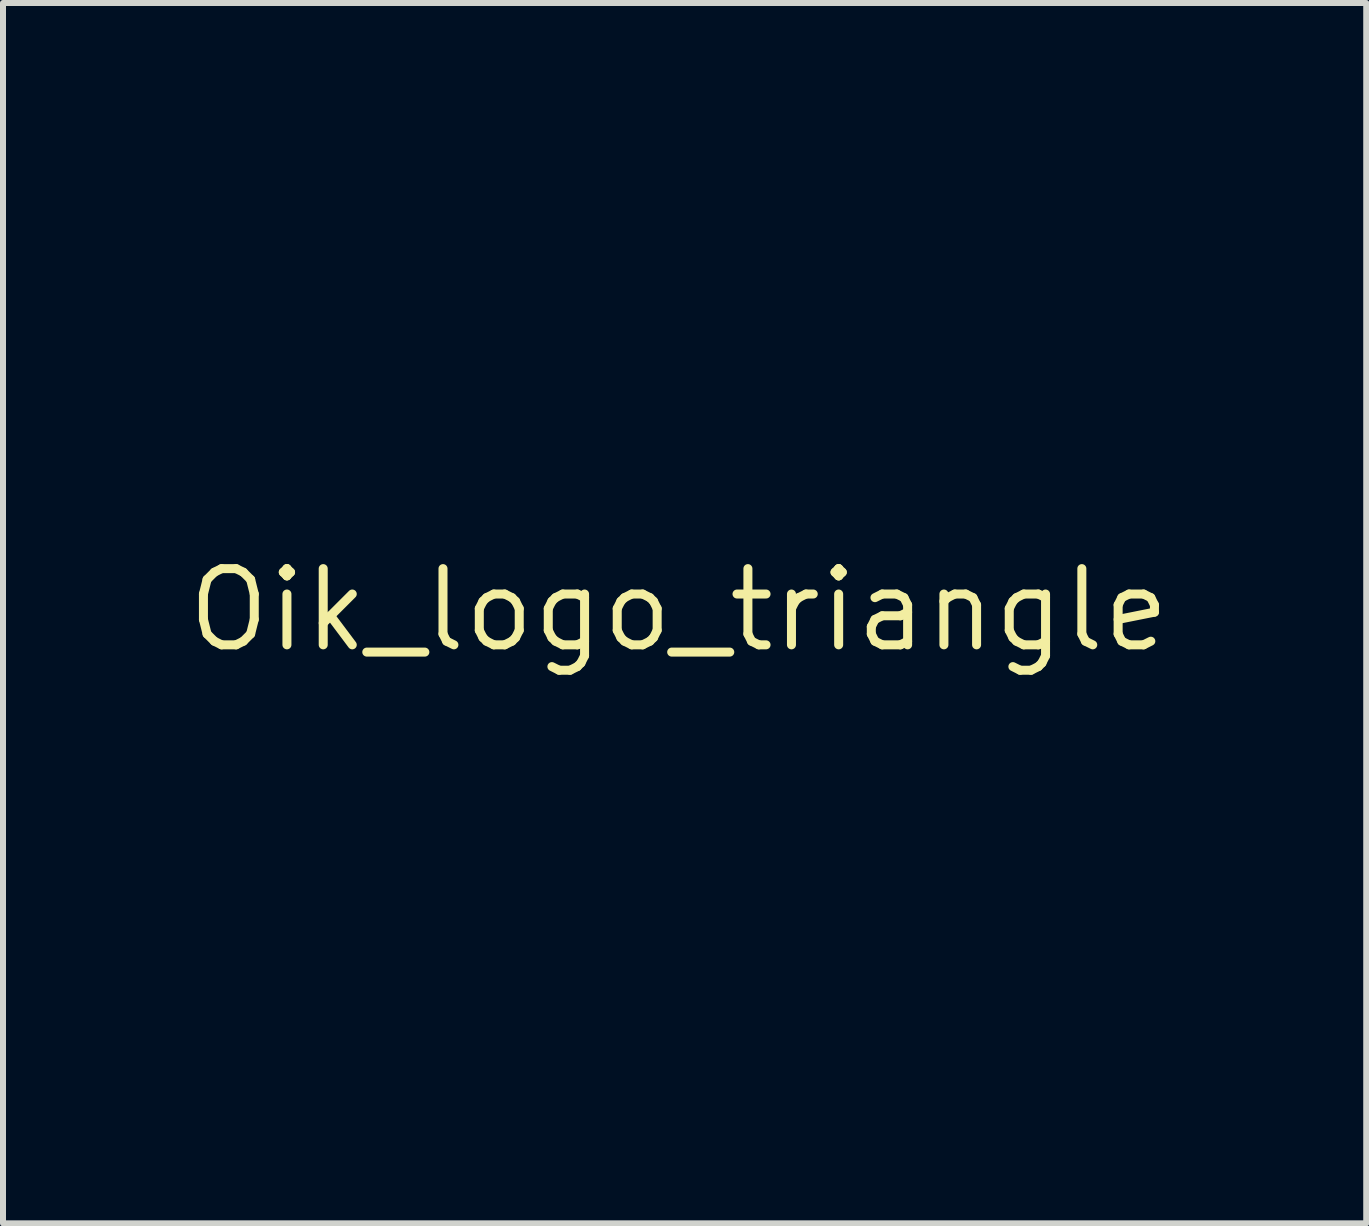
<source format=kicad_pcb>
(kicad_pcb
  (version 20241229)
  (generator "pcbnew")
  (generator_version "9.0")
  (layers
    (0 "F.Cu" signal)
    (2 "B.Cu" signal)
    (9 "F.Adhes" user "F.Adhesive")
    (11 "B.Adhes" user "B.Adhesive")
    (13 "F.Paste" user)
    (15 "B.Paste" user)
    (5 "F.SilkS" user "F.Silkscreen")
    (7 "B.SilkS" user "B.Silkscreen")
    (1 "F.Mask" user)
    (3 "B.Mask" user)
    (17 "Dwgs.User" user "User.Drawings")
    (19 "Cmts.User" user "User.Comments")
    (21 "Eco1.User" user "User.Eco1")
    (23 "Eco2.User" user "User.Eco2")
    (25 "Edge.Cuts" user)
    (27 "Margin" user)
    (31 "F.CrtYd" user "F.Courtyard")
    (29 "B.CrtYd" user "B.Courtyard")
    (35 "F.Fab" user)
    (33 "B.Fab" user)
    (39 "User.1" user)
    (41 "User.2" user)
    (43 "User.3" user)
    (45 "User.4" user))
  (footprint "Oik_logo_triangle"
    (layer "F.Cu")
    (at 8.262 7.114)
    (property "Reference" "Oik_logo_triangle" (at 0 0 0) (layer "F.SilkS") (effects (font (size 1.27 1.27) (thickness 0.15))))
    (attr through_hole)
    (fp_poly (pts (xy 7.55 -7.109) (xy 7.772 -7.108) (xy 7.96 -7.107) (xy 8.115 -7.106) (xy 8.24 -7.104) (xy 8.334 -7.102) (xy 8.398 -7.099) (xy 8.435 -7.096) (xy 8.445 -7.094) (xy 8.435 -7.068) (xy 8.406 -7.014) (xy 8.362 -6.938) (xy 8.307 -6.846) (xy 8.279 -6.8) (xy 8.252 -6.757) (xy 8.225 -6.713) (xy 8.197 -6.666) (xy 8.167 -6.617) (xy 8.134 -6.562) (xy 8.098 -6.502) (xy 8.057 -6.433) (xy 8.012 -6.356) (xy 7.96 -6.268) (xy 7.901 -6.168) (xy 7.835 -6.054) (xy 7.761 -5.926) (xy 7.677 -5.781) (xy 7.583 -5.619) (xy 7.478 -5.438) (xy 7.361 -5.236) (xy 7.231 -5.012) (xy 7.088 -4.765) (xy 6.931 -4.493) (xy 6.759 -4.195) (xy 6.571 -3.869) (xy 6.366 -3.514) (xy 6.144 -3.129) (xy 5.903 -2.712) (xy 5.643 -2.261) (xy 5.363 -1.776) (xy 5.26 -1.598) (xy 5.036 -1.21) (xy 4.816 -0.829) (xy 4.602 -0.457) (xy 4.393 -0.095) (xy 4.192 0.254) (xy 3.999 0.588) (xy 3.815 0.906) (xy 3.642 1.206) (xy 3.481 1.486) (xy 3.332 1.744) (xy 3.196 1.979) (xy 3.075 2.188) (xy 2.97 2.37) (xy 2.882 2.523) (xy 2.812 2.645) (xy 2.76 2.734) (xy 2.728 2.789) (xy 2.726 2.794) (xy 2.663 2.902) (xy 2.606 2.999) (xy 2.558 3.077) (xy 2.524 3.132) (xy 2.509 3.154) (xy 2.495 3.176) (xy 2.461 3.233) (xy 2.409 3.321) (xy 2.341 3.438) (xy 2.257 3.582) (xy 2.16 3.749) (xy 2.05 3.937) (xy 1.93 4.144) (xy 1.801 4.367) (xy 1.665 4.604) (xy 1.522 4.851) (xy 1.481 4.921) (xy 1.333 5.178) (xy 1.189 5.429) (xy 1.048 5.671) (xy 0.915 5.902) (xy 0.79 6.118) (xy 0.675 6.317) (xy 0.572 6.494) (xy 0.482 6.648) (xy 0.409 6.774) (xy 0.352 6.87) (xy 0.315 6.933) (xy 0.312 6.937) (xy 0.248 7.046) (xy 0.199 7.123) (xy 0.159 7.174) (xy 0.12 7.203) (xy 0.076 7.213) (xy 0.018 7.21) (xy -0.06 7.198) (xy -0.111 7.189) (xy -0.156 7.182) (xy -0.193 7.174) (xy -0.224 7.163) (xy -0.253 7.144) (xy -0.284 7.112) (xy -0.32 7.064) (xy -0.365 6.995) (xy -0.421 6.902) (xy -0.493 6.78) (xy -0.571 6.646) (xy -0.601 6.596) (xy -0.65 6.51) (xy -0.719 6.392) (xy -0.805 6.243) (xy -0.908 6.065) (xy -1.027 5.859) (xy -1.161 5.629) (xy -1.308 5.375) (xy -1.467 5.099) (xy -1.638 4.804) (xy -1.818 4.491) (xy -2.008 4.162) (xy -2.206 3.819) (xy -2.411 3.464) (xy -2.622 3.099) (xy -2.838 2.726) (xy -3.057 2.346) (xy -3.278 1.962) (xy -3.501 1.576) (xy -3.725 1.189) (xy -3.948 0.803) (xy -4.169 0.42) (xy -4.387 0.042) (xy -4.601 -0.329) (xy -4.81 -0.691) (xy -5.012 -1.043) (xy -5.208 -1.381) (xy -5.395 -1.706) (xy -5.572 -2.014) (xy -5.739 -2.303) (xy -5.895 -2.573) (xy -6.022 -2.794) (xy -6.156 -3.027) (xy -6.299 -3.273) (xy -6.446 -3.528) (xy -6.593 -3.783) (xy -6.737 -4.031) (xy -6.874 -4.266) (xy -6.998 -4.481) (xy -7.108 -4.669) (xy -7.144 -4.731) (xy -7.316 -5.027) (xy -7.477 -5.305) (xy -7.625 -5.564) (xy -7.759 -5.801) (xy -7.878 -6.014) (xy -7.98 -6.199) (xy -8.063 -6.355) (xy -8.128 -6.479) (xy -8.16 -6.546) (xy -8.165 -6.555) (xy -7.612 -6.555) (xy -7.606 -6.534) (xy -7.578 -6.478) (xy -7.532 -6.389) (xy -7.467 -6.27) (xy -7.385 -6.123) (xy -7.288 -5.95) (xy -7.176 -5.752) (xy -7.05 -5.532) (xy -6.912 -5.292) (xy -6.762 -5.033) (xy -6.611 -4.773) (xy -6.553 -4.674) (xy -6.475 -4.539) (xy -6.378 -4.372) (xy -6.264 -4.175) (xy -6.132 -3.948) (xy -5.985 -3.694) (xy -5.824 -3.414) (xy -5.649 -3.112) (xy -5.462 -2.788) (xy -5.264 -2.445) (xy -5.056 -2.084) (xy -4.838 -1.708) (xy -4.613 -1.318) (xy -4.381 -0.917) (xy -4.144 -0.505) (xy -3.902 -0.086) (xy -3.656 0.34) (xy -3.409 0.769) (xy -3.297 0.963) (xy -2.987 1.501) (xy -2.697 2.003) (xy -2.427 2.471) (xy -2.176 2.907) (xy -1.943 3.31) (xy -1.728 3.682) (xy -1.53 4.026) (xy -1.348 4.341) (xy -1.182 4.629) (xy -1.031 4.891) (xy -0.893 5.129) (xy -0.77 5.343) (xy -0.659 5.535) (xy -0.56 5.706) (xy -0.472 5.858) (xy -0.395 5.991) (xy -0.328 6.106) (xy -0.27 6.206) (xy -0.221 6.29) (xy -0.18 6.361) (xy -0.145 6.419) (xy -0.118 6.466) (xy -0.096 6.503) (xy -0.079 6.531) (xy -0.066 6.552) (xy -0.057 6.566) (xy -0.051 6.575) (xy -0.047 6.58) (xy -0.045 6.582) (xy -0.043 6.582) (xy -0.042 6.582) (xy -0.029 6.564) (xy 0.002 6.516) (xy 0.045 6.444) (xy 0.098 6.354) (xy 0.128 6.302) (xy 0.161 6.245) (xy 0.214 6.153) (xy 0.284 6.032) (xy 0.37 5.882) (xy 0.471 5.706) (xy 0.585 5.509) (xy 0.71 5.292) (xy 0.844 5.059) (xy 0.987 4.812) (xy 1.135 4.555) (xy 1.289 4.289) (xy 1.4 4.096) (xy 1.552 3.833) (xy 1.698 3.579) (xy 1.836 3.339) (xy 1.966 3.113) (xy 2.086 2.904) (xy 2.195 2.715) (xy 2.29 2.549) (xy 2.371 2.407) (xy 2.436 2.292) (xy 2.485 2.207) (xy 2.514 2.153) (xy 2.524 2.135) (xy 2.535 2.115) (xy 2.567 2.059) (xy 2.617 1.971) (xy 2.686 1.852) (xy 2.771 1.704) (xy 2.872 1.528) (xy 2.987 1.327) (xy 3.116 1.103) (xy 3.258 0.857) (xy 3.411 0.591) (xy 3.574 0.307) (xy 3.746 0.008) (xy 3.927 -0.306) (xy 4.115 -0.632) (xy 4.309 -0.968) (xy 4.507 -1.312) (xy 4.71 -1.663) (xy 4.915 -2.019) (xy 5.121 -2.377) (xy 5.329 -2.737) (xy 5.535 -3.095) (xy 5.741 -3.451) (xy 5.943 -3.802) (xy 6.142 -4.146) (xy 6.335 -4.481) (xy 6.523 -4.807) (xy 6.704 -5.12) (xy 6.877 -5.418) (xy 7.04 -5.701) (xy 7.193 -5.966) (xy 7.335 -6.211) (xy 7.385 -6.297) (xy 7.556 -6.593) (xy 3.752 -6.599) (xy 3.416 -6.6) (xy 3.059 -6.6) (xy 2.684 -6.6) (xy 2.292 -6.6) (xy 1.884 -6.6) (xy 1.464 -6.599) (xy 1.033 -6.599) (xy 0.592 -6.598) (xy 0.145 -6.597) (xy -0.308 -6.596) (xy -0.764 -6.595) (xy -1.221 -6.594) (xy -1.677 -6.592) (xy -2.131 -6.591) (xy -2.58 -6.589) (xy -3.022 -6.588) (xy -3.455 -6.586) (xy -3.878 -6.584) (xy -4.289 -6.583) (xy -4.685 -6.581) (xy -5.064 -6.579) (xy -5.425 -6.577) (xy -5.765 -6.575) (xy -6.083 -6.573) (xy -6.377 -6.571) (xy -6.644 -6.569) (xy -6.883 -6.567) (xy -7.092 -6.565) (xy -7.268 -6.563) (xy -7.41 -6.561) (xy -7.516 -6.559) (xy -7.584 -6.557) (xy -7.612 -6.555) (xy -7.612 -6.555) (xy -8.165 -6.555) (xy -8.233 -6.699) (xy -8.199 -6.829) (xy -8.179 -6.901) (xy -8.159 -6.944) (xy -8.13 -6.969) (xy -8.084 -6.989) (xy -8.078 -6.991) (xy -8.004 -7.015) (xy -7.932 -7.033) (xy -7.919 -7.036) (xy -7.902 -7.037) (xy -7.866 -7.038) (xy -7.808 -7.039) (xy -7.729 -7.041) (xy -7.627 -7.042) (xy -7.502 -7.043) (xy -7.353 -7.045) (xy -7.179 -7.046) (xy -6.979 -7.048) (xy -6.753 -7.049) (xy -6.501 -7.051) (xy -6.22 -7.053) (xy -5.911 -7.055) (xy -5.573 -7.056) (xy -5.205 -7.058) (xy -4.806 -7.06) (xy -4.376 -7.063) (xy -3.913 -7.065) (xy -3.418 -7.067) (xy -2.889 -7.07) (xy -2.325 -7.072) (xy -1.726 -7.075) (xy -1.091 -7.078) (xy -0.42 -7.081) (xy 0.289 -7.084) (xy 1.036 -7.087) (xy 1.822 -7.09) (xy 2.648 -7.093) (xy 3.514 -7.097) (xy 4.421 -7.101) (xy 4.969 -7.103) (xy 5.456 -7.105) (xy 5.902 -7.106) (xy 6.307 -7.107) (xy 6.674 -7.108) (xy 7.002 -7.109) (xy 7.294 -7.109) (xy 7.55 -7.109)) (stroke (width 0.01) (type solid)) (fill yes) (layer "F.Mask"))
    (fp_poly (pts (xy 5.818 -5.629) (xy 5.997 -5.628) (xy 6.144 -5.626) (xy 6.262 -5.623) (xy 6.356 -5.619) (xy 6.429 -5.613) (xy 6.483 -5.605) (xy 6.524 -5.594) (xy 6.553 -5.582) (xy 6.575 -5.566) (xy 6.593 -5.548) (xy 6.6 -5.54) (xy 6.616 -5.509) (xy 6.608 -5.471) (xy 6.596 -5.444) (xy 6.574 -5.41) (xy 6.544 -5.383) (xy 6.499 -5.36) (xy 6.432 -5.34) (xy 6.338 -5.32) (xy 6.21 -5.297) (xy 6.181 -5.292) (xy 6.08 -5.275) (xy 5.995 -5.258) (xy 5.933 -5.244) (xy 5.904 -5.234) (xy 5.903 -5.233) (xy 5.891 -5.213) (xy 5.86 -5.158) (xy 5.811 -5.07) (xy 5.745 -4.95) (xy 5.663 -4.801) (xy 5.566 -4.625) (xy 5.455 -4.423) (xy 5.331 -4.198) (xy 5.195 -3.951) (xy 5.048 -3.685) (xy 4.892 -3.401) (xy 4.728 -3.101) (xy 4.556 -2.787) (xy 4.377 -2.462) (xy 4.211 -2.159) (xy 4.027 -1.825) (xy 3.85 -1.501) (xy 3.678 -1.189) (xy 3.514 -0.891) (xy 3.359 -0.609) (xy 3.214 -0.344) (xy 3.079 -0.1) (xy 2.956 0.123) (xy 2.846 0.322) (xy 2.751 0.496) (xy 2.67 0.641) (xy 2.605 0.758) (xy 2.558 0.843) (xy 2.529 0.894) (xy 2.519 0.91) (xy 2.506 0.93) (xy 2.475 0.984) (xy 2.427 1.067) (xy 2.366 1.175) (xy 2.293 1.306) (xy 2.21 1.454) (xy 2.119 1.617) (xy 2.053 1.736) (xy 1.953 1.916) (xy 1.855 2.093) (xy 1.76 2.261) (xy 1.673 2.416) (xy 1.597 2.552) (xy 1.533 2.664) (xy 1.486 2.746) (xy 1.47 2.773) (xy 1.412 2.872) (xy 1.356 2.971) (xy 1.309 3.057) (xy 1.282 3.109) (xy 1.217 3.221) (xy 1.157 3.292) (xy 1.101 3.32) (xy 1.049 3.306) (xy 1 3.251) (xy 0.953 3.153) (xy 0.924 3.066) (xy 0.908 3.011) (xy 0.882 2.92) (xy 0.848 2.797) (xy 0.806 2.647) (xy 0.759 2.475) (xy 0.708 2.286) (xy 0.653 2.083) (xy 0.596 1.873) (xy 0.582 1.82) (xy 0.522 1.599) (xy 0.462 1.376) (xy 0.402 1.158) (xy 0.345 0.951) (xy 0.293 0.762) (xy 0.246 0.595) (xy 0.207 0.456) (xy 0.178 0.353) (xy 0.177 0.349) (xy 0.14 0.223) (xy 0.107 0.11) (xy 0.079 0.015) (xy 0.059 -0.053) (xy 0.049 -0.088) (xy 0.048 -0.09) (xy 0.032 -0.121) (xy 0.023 -0.127) (xy 0.018 -0.126) (xy 0.013 -0.12) (xy 0.007 -0.107) (xy -0.002 -0.085) (xy -0.014 -0.05) (xy -0.029 -0.001) (xy -0.049 0.065) (xy -0.074 0.151) (xy -0.105 0.259) (xy -0.143 0.392) (xy -0.188 0.552) (xy -0.24 0.741) (xy -0.302 0.963) (xy -0.373 1.22) (xy -0.455 1.514) (xy -0.487 1.63) (xy -0.556 1.879) (xy -0.623 2.118) (xy -0.687 2.343) (xy -0.746 2.551) (xy -0.8 2.739) (xy -0.847 2.903) (xy -0.887 3.039) (xy -0.919 3.146) (xy -0.942 3.218) (xy -0.955 3.253) (xy -0.955 3.253) (xy -0.993 3.325) (xy -1.026 3.362) (xy -1.061 3.368) (xy -1.106 3.348) (xy -1.113 3.344) (xy -1.144 3.316) (xy -1.182 3.266) (xy -1.23 3.19) (xy -1.291 3.084) (xy -1.366 2.943) (xy -1.375 2.927) (xy -1.453 2.779) (xy -1.551 2.597) (xy -1.666 2.382) (xy -1.798 2.137) (xy -1.945 1.865) (xy -2.106 1.567) (xy -2.28 1.247) (xy -2.465 0.907) (xy -2.661 0.548) (xy -2.865 0.174) (xy -3.076 -0.214) (xy -3.294 -0.613) (xy -3.517 -1.02) (xy -3.743 -1.433) (xy -3.971 -1.85) (xy -4.201 -2.268) (xy -4.43 -2.685) (xy -4.642 -3.069) (xy -4.822 -3.396) (xy -4.982 -3.688) (xy -5.125 -3.947) (xy -5.251 -4.175) (xy -5.361 -4.374) (xy -5.457 -4.546) (xy -5.539 -4.693) (xy -5.61 -4.818) (xy -5.669 -4.921) (xy -5.719 -5.006) (xy -5.76 -5.073) (xy -5.794 -5.126) (xy -5.821 -5.166) (xy -5.844 -5.196) (xy -5.863 -5.216) (xy -5.879 -5.23) (xy -5.894 -5.24) (xy -5.909 -5.246) (xy -5.925 -5.252) (xy -5.927 -5.253) (xy -5.968 -5.265) (xy -6.04 -5.283) (xy -6.133 -5.304) (xy -6.231 -5.324) (xy -6.332 -5.346) (xy -6.42 -5.37) (xy -6.486 -5.391) (xy -6.519 -5.408) (xy -6.544 -5.455) (xy -6.542 -5.511) (xy -6.513 -5.557) (xy -6.501 -5.565) (xy -6.472 -5.57) (xy -6.405 -5.574) (xy -6.305 -5.578) (xy -6.177 -5.582) (xy -6.026 -5.586) (xy -5.857 -5.59) (xy -5.674 -5.593) (xy -5.482 -5.595) (xy -5.285 -5.598) (xy -5.089 -5.599) (xy -4.899 -5.6) (xy -4.718 -5.6) (xy -4.553 -5.6) (xy -4.407 -5.599) (xy -4.285 -5.596) (xy -4.193 -5.593) (xy -4.175 -5.593) (xy -4.053 -5.585) (xy -3.966 -5.578) (xy -3.907 -5.569) (xy -3.868 -5.558) (xy -3.842 -5.543) (xy -3.83 -5.533) (xy -3.803 -5.502) (xy -3.799 -5.475) (xy -3.818 -5.435) (xy -3.825 -5.422) (xy -3.858 -5.375) (xy -3.891 -5.347) (xy -3.895 -5.345) (xy -3.927 -5.34) (xy -3.992 -5.332) (xy -4.082 -5.324) (xy -4.185 -5.315) (xy -4.193 -5.314) (xy -4.321 -5.303) (xy -4.412 -5.294) (xy -4.472 -5.283) (xy -4.508 -5.269) (xy -4.523 -5.251) (xy -4.525 -5.226) (xy -4.522 -5.205) (xy -4.509 -5.169) (xy -4.478 -5.098) (xy -4.431 -4.994) (xy -4.368 -4.861) (xy -4.291 -4.7) (xy -4.201 -4.514) (xy -4.099 -4.304) (xy -3.986 -4.074) (xy -3.864 -3.826) (xy -3.733 -3.561) (xy -3.595 -3.283) (xy -3.45 -2.992) (xy -3.301 -2.693) (xy -3.147 -2.387) (xy -2.991 -2.076) (xy -2.834 -1.762) (xy -2.676 -1.449) (xy -2.518 -1.137) (xy -2.363 -0.83) (xy -2.211 -0.53) (xy -2.063 -0.239) (xy -1.92 0.041) (xy -1.784 0.307) (xy -1.655 0.557) (xy -1.536 0.789) (xy -1.426 1) (xy -1.328 1.188) (xy -1.241 1.352) (xy -1.169 1.488) (xy -1.111 1.594) (xy -1.068 1.668) (xy -1.043 1.708) (xy -1.036 1.714) (xy -1.024 1.695) (xy -1.001 1.639) (xy -0.968 1.552) (xy -0.929 1.438) (xy -0.882 1.302) (xy -0.832 1.147) (xy -0.777 0.98) (xy -0.721 0.804) (xy -0.664 0.623) (xy -0.609 0.443) (xy -0.555 0.268) (xy -0.506 0.103) (xy -0.461 -0.048) (xy -0.423 -0.181) (xy -0.393 -0.291) (xy -0.373 -0.372) (xy -0.363 -0.422) (xy -0.364 -0.434) (xy -0.386 -0.442) (xy -0.441 -0.457) (xy -0.523 -0.478) (xy -0.623 -0.504) (xy -0.668 -0.515) (xy -0.823 -0.555) (xy -0.947 -0.589) (xy -1.049 -0.62) (xy -1.139 -0.651) (xy -1.225 -0.686) (xy -1.318 -0.727) (xy -1.349 -0.741) (xy -1.615 -0.888) (xy -1.856 -1.067) (xy -2.069 -1.278) (xy -2.252 -1.516) (xy -2.404 -1.781) (xy -2.522 -2.069) (xy -2.524 -2.074) (xy -2.559 -2.181) (xy -2.585 -2.274) (xy -2.605 -2.362) (xy -2.619 -2.453) (xy -2.627 -2.555) (xy -2.632 -2.677) (xy -2.635 -2.826) (xy -2.635 -2.974) (xy -2.635 -3.007) (xy -1.819 -3.007) (xy -1.816 -2.862) (xy -1.81 -2.737) (xy -1.8 -2.642) (xy -1.799 -2.632) (xy -1.758 -2.45) (xy -1.69 -2.244) (xy -1.599 -2.023) (xy -1.565 -1.95) (xy -1.424 -1.691) (xy -1.264 -1.469) (xy -1.083 -1.281) (xy -0.879 -1.127) (xy -0.649 -1.004) (xy -0.476 -0.937) (xy -0.37 -0.902) (xy -0.297 -0.882) (xy -0.248 -0.876) (xy -0.216 -0.884) (xy -0.195 -0.905) (xy -0.183 -0.925) (xy -0.16 -0.979) (xy -0.133 -1.054) (xy -0.117 -1.107) (xy -0.076 -1.207) (xy -0.023 -1.267) (xy 0.041 -1.287) (xy 0.073 -1.283) (xy 0.114 -1.265) (xy 0.143 -1.231) (xy 0.166 -1.173) (xy 0.185 -1.083) (xy 0.19 -1.051) (xy 0.205 -0.97) (xy 0.221 -0.898) (xy 0.233 -0.857) (xy 0.245 -0.832) (xy 0.262 -0.817) (xy 0.292 -0.812) (xy 0.341 -0.817) (xy 0.416 -0.833) (xy 0.522 -0.859) (xy 0.562 -0.869) (xy 0.742 -0.922) (xy 0.917 -0.988) (xy 1.075 -1.062) (xy 1.178 -1.122) (xy 1.287 -1.204) (xy 1.403 -1.31) (xy 1.516 -1.43) (xy 1.617 -1.552) (xy 1.696 -1.667) (xy 1.719 -1.706) (xy 1.812 -1.921) (xy 1.886 -2.165) (xy 1.94 -2.43) (xy 1.974 -2.708) (xy 1.985 -2.99) (xy 1.974 -3.268) (xy 1.94 -3.533) (xy 1.905 -3.694) (xy 1.822 -3.942) (xy 1.706 -4.175) (xy 1.561 -4.39) (xy 1.39 -4.581) (xy 1.199 -4.745) (xy 0.99 -4.877) (xy 0.767 -4.973) (xy 0.698 -4.994) (xy 0.539 -5.029) (xy 0.354 -5.054) (xy 0.154 -5.069) (xy -0.052 -5.073) (xy -0.254 -5.067) (xy -0.443 -5.051) (xy -0.608 -5.025) (xy -0.722 -4.995) (xy -0.928 -4.904) (xy -1.12 -4.777) (xy -1.296 -4.617) (xy -1.452 -4.43) (xy -1.584 -4.221) (xy -1.689 -3.993) (xy -1.764 -3.752) (xy -1.799 -3.557) (xy -1.809 -3.445) (xy -1.815 -3.309) (xy -1.819 -3.159) (xy -1.819 -3.007) (xy -2.635 -3.007) (xy -2.634 -3.133) (xy -2.633 -3.257) (xy -2.63 -3.353) (xy -2.625 -3.431) (xy -2.618 -3.496) (xy -2.607 -3.557) (xy -2.592 -3.62) (xy -2.578 -3.672) (xy -2.522 -3.86) (xy -2.457 -4.026) (xy -2.378 -4.178) (xy -2.281 -4.325) (xy -2.16 -4.475) (xy -2.01 -4.637) (xy -1.957 -4.69) (xy -1.764 -4.872) (xy -1.581 -5.02) (xy -1.399 -5.14) (xy -1.21 -5.236) (xy -1.006 -5.313) (xy -0.778 -5.376) (xy -0.739 -5.385) (xy -0.545 -5.42) (xy -0.322 -5.445) (xy -0.082 -5.461) (xy 0.165 -5.468) (xy 0.407 -5.464) (xy 0.634 -5.45) (xy 0.833 -5.426) (xy 0.878 -5.418) (xy 1.142 -5.361) (xy 1.372 -5.291) (xy 1.576 -5.206) (xy 1.763 -5.1) (xy 1.942 -4.969) (xy 2.12 -4.809) (xy 2.192 -4.736) (xy 2.328 -4.593) (xy 2.438 -4.473) (xy 2.525 -4.369) (xy 2.593 -4.276) (xy 2.646 -4.188) (xy 2.689 -4.099) (xy 2.725 -4.003) (xy 2.741 -3.955) (xy 2.796 -3.736) (xy 2.834 -3.492) (xy 2.853 -3.237) (xy 2.854 -2.98) (xy 2.835 -2.736) (xy 2.797 -2.514) (xy 2.787 -2.471) (xy 2.695 -2.196) (xy 2.563 -1.924) (xy 2.396 -1.66) (xy 2.196 -1.409) (xy 2.118 -1.325) (xy 1.944 -1.158) (xy 1.763 -1.013) (xy 1.569 -0.886) (xy 1.354 -0.775) (xy 1.112 -0.675) (xy 0.838 -0.584) (xy 0.679 -0.538) (xy 0.58 -0.51) (xy 0.496 -0.486) (xy 0.436 -0.467) (xy 0.407 -0.456) (xy 0.406 -0.455) (xy 0.404 -0.427) (xy 0.417 -0.359) (xy 0.444 -0.253) (xy 0.484 -0.108) (xy 0.538 0.074) (xy 0.606 0.293) (xy 0.687 0.548) (xy 0.718 0.647) (xy 0.803 0.908) (xy 0.876 1.129) (xy 0.937 1.313) (xy 0.989 1.46) (xy 1.03 1.573) (xy 1.061 1.651) (xy 1.084 1.698) (xy 1.098 1.714) (xy 1.099 1.714) (xy 1.113 1.697) (xy 1.143 1.647) (xy 1.186 1.573) (xy 1.239 1.479) (xy 1.285 1.392) (xy 1.331 1.306) (xy 1.389 1.194) (xy 1.458 1.06) (xy 1.537 0.907) (xy 1.623 0.741) (xy 1.714 0.563) (xy 1.808 0.379) (xy 1.903 0.193) (xy 1.998 0.007) (xy 2.09 -0.174) (xy 2.177 -0.346) (xy 2.258 -0.506) (xy 2.331 -0.649) (xy 2.392 -0.773) (xy 2.442 -0.871) (xy 2.477 -0.942) (xy 2.495 -0.982) (xy 2.498 -0.988) (xy 2.507 -1.009) (xy 2.534 -1.064) (xy 2.578 -1.153) (xy 2.636 -1.272) (xy 2.709 -1.419) (xy 2.795 -1.591) (xy 2.892 -1.787) (xy 3 -2.002) (xy 3.116 -2.236) (xy 3.241 -2.485) (xy 3.372 -2.747) (xy 3.501 -3.004) (xy 3.638 -3.279) (xy 3.771 -3.544) (xy 3.898 -3.798) (xy 4.017 -4.038) (xy 4.128 -4.26) (xy 4.229 -4.463) (xy 4.319 -4.644) (xy 4.396 -4.8) (xy 4.46 -4.928) (xy 4.508 -5.026) (xy 4.539 -5.092) (xy 4.552 -5.12) (xy 4.579 -5.185) (xy 4.588 -5.222) (xy 4.582 -5.244) (xy 4.565 -5.26) (xy 4.527 -5.272) (xy 4.453 -5.284) (xy 4.347 -5.294) (xy 4.22 -5.302) (xy 4.096 -5.309) (xy 4.007 -5.316) (xy 3.947 -5.324) (xy 3.907 -5.335) (xy 3.881 -5.349) (xy 3.87 -5.359) (xy 3.838 -5.417) (xy 3.843 -5.481) (xy 3.882 -5.539) (xy 3.895 -5.549) (xy 3.923 -5.566) (xy 3.961 -5.58) (xy 4.013 -5.592) (xy 4.082 -5.602) (xy 4.17 -5.61) (xy 4.281 -5.616) (xy 4.418 -5.621) (xy 4.584 -5.625) (xy 4.783 -5.627) (xy 5.016 -5.629) (xy 5.289 -5.63) (xy 5.351 -5.63) (xy 5.604 -5.63) (xy 5.818 -5.629)) (stroke (width 0.01) (type solid)) (fill yes) (layer "F.Mask")))
  (gr_rect
    (start -3 -3)
    (end 19.713 17.332)
    (stroke (width 0.1) (type default))
    (fill no)
    (layer "Edge.Cuts")))
</source>
